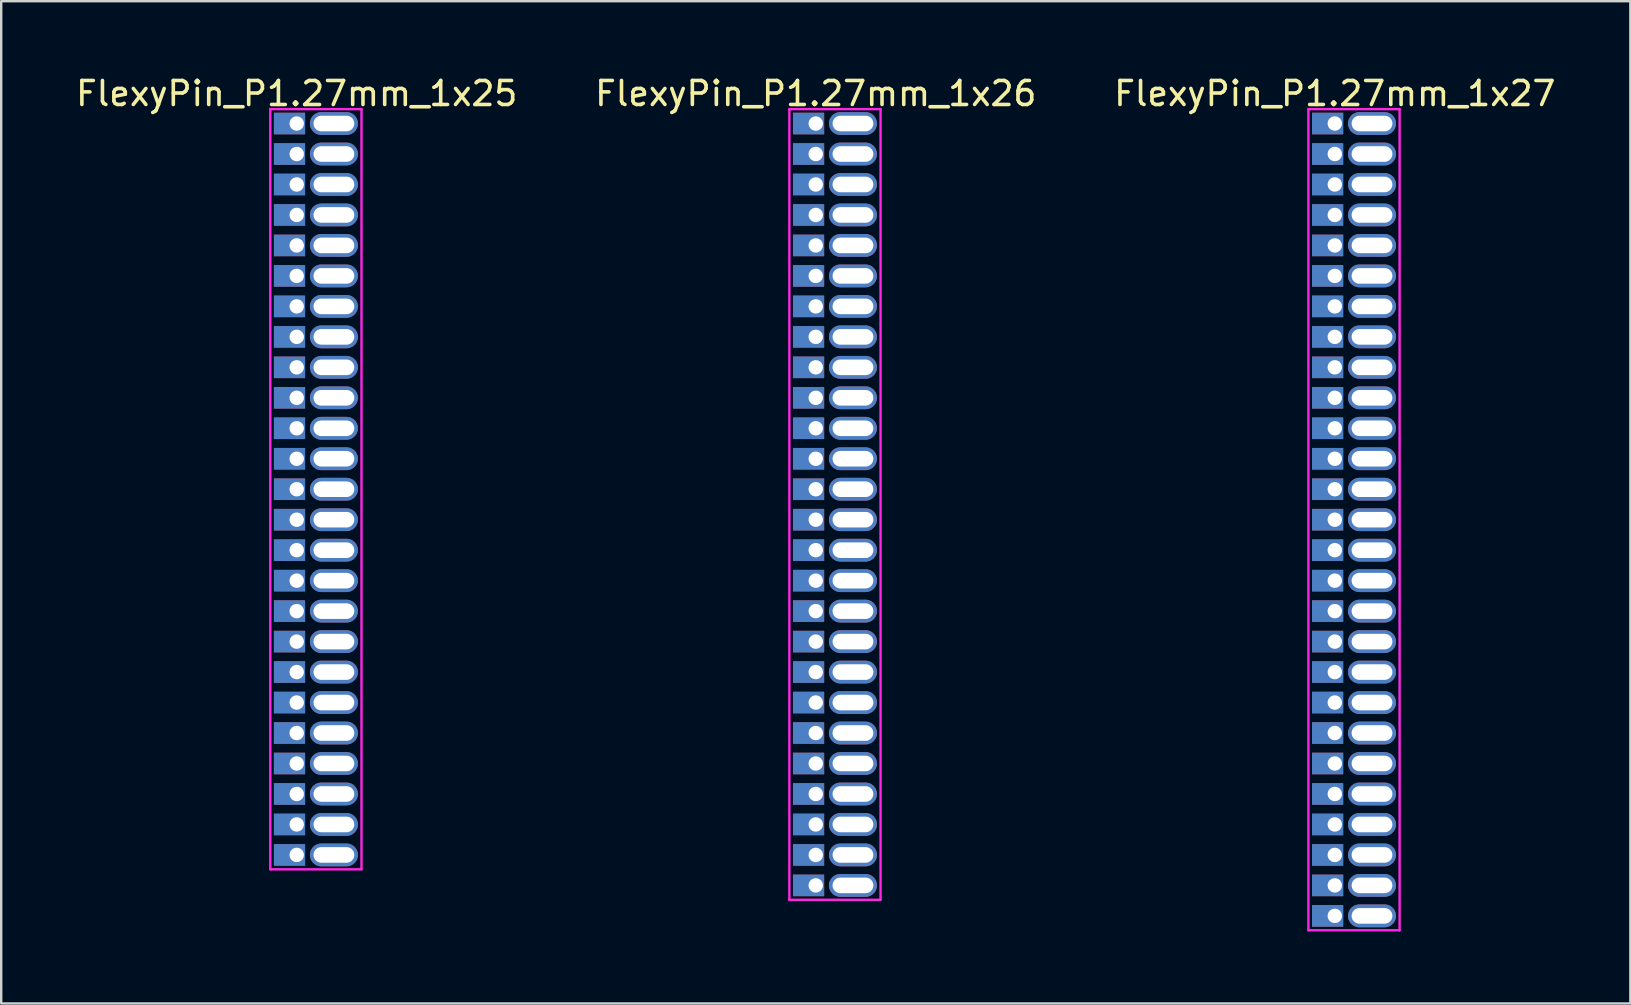
<source format=kicad_pcb>
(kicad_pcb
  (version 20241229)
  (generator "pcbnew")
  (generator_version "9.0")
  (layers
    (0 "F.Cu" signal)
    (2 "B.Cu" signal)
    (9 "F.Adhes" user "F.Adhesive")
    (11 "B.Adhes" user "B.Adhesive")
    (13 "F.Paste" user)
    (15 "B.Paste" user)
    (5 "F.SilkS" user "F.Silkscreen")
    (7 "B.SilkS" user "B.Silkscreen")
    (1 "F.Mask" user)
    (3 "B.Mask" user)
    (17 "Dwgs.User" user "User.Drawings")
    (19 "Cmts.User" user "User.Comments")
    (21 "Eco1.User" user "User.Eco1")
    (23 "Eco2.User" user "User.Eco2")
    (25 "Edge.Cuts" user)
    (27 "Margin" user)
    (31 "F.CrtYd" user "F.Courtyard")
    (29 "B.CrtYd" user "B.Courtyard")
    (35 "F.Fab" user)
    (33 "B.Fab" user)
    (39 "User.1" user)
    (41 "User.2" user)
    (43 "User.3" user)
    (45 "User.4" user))
  (footprint "FlexyPin_P1.27mm_1x26"
    (layer "F.Cu")
    (at 30.946 2.098)
    (property "Reference" "FlexyPin_P1.27mm_1x26" (at 0 -1.25 0) (layer "F.SilkS") (effects (font (size 1 1) (thickness 0.15))))
    (attr through_hole)
    (fp_line (start -1.1 -0.6) (end 2.7 -0.6) (stroke (width 0.1) (type solid)) (layer "F.CrtYd"))
    (fp_line (start -1.1 32.35) (end -1.1 -0.6) (stroke (width 0.1) (type solid)) (layer "F.CrtYd"))
    (fp_line (start 2.7 -0.6) (end 2.7 32.35) (stroke (width 0.1) (type solid)) (layer "F.CrtYd"))
    (fp_line (start 2.7 32.35) (end -1.1 32.35) (stroke (width 0.1) (type solid)) (layer "F.CrtYd"))
    (pad "" thru_hole oval (at 1.55 0) (size 2 0.95) (drill oval 1.7 0.65) (layers "*.Cu" "*.Mask"))
    (pad "" thru_hole oval (at 1.55 1.27) (size 2 0.95) (drill oval 1.7 0.65) (layers "*.Cu" "*.Mask"))
    (pad "" thru_hole oval (at 1.55 2.54) (size 2 0.95) (drill oval 1.7 0.65) (layers "*.Cu" "*.Mask"))
    (pad "" thru_hole oval (at 1.55 3.81) (size 2 0.95) (drill oval 1.7 0.65) (layers "*.Cu" "*.Mask"))
    (pad "" thru_hole oval (at 1.55 5.08) (size 2 0.95) (drill oval 1.7 0.65) (layers "*.Cu" "*.Mask"))
    (pad "" thru_hole oval (at 1.55 6.35) (size 2 0.95) (drill oval 1.7 0.65) (layers "*.Cu" "*.Mask"))
    (pad "" thru_hole oval (at 1.55 7.62) (size 2 0.95) (drill oval 1.7 0.65) (layers "*.Cu" "*.Mask"))
    (pad "" thru_hole oval (at 1.55 8.89) (size 2 0.95) (drill oval 1.7 0.65) (layers "*.Cu" "*.Mask"))
    (pad "" thru_hole oval (at 1.55 10.16) (size 2 0.95) (drill oval 1.7 0.65) (layers "*.Cu" "*.Mask"))
    (pad "" thru_hole oval (at 1.55 11.43) (size 2 0.95) (drill oval 1.7 0.65) (layers "*.Cu" "*.Mask"))
    (pad "" thru_hole oval (at 1.55 12.7) (size 2 0.95) (drill oval 1.7 0.65) (layers "*.Cu" "*.Mask"))
    (pad "" thru_hole oval (at 1.55 13.97) (size 2 0.95) (drill oval 1.7 0.65) (layers "*.Cu" "*.Mask"))
    (pad "" thru_hole oval (at 1.55 15.24) (size 2 0.95) (drill oval 1.7 0.65) (layers "*.Cu" "*.Mask"))
    (pad "" thru_hole oval (at 1.55 16.51) (size 2 0.95) (drill oval 1.7 0.65) (layers "*.Cu" "*.Mask"))
    (pad "" thru_hole oval (at 1.55 17.78) (size 2 0.95) (drill oval 1.7 0.65) (layers "*.Cu" "*.Mask"))
    (pad "" thru_hole oval (at 1.55 19.05) (size 2 0.95) (drill oval 1.7 0.65) (layers "*.Cu" "*.Mask"))
    (pad "" thru_hole oval (at 1.55 20.32) (size 2 0.95) (drill oval 1.7 0.65) (layers "*.Cu" "*.Mask"))
    (pad "" thru_hole oval (at 1.55 21.59) (size 2 0.95) (drill oval 1.7 0.65) (layers "*.Cu" "*.Mask"))
    (pad "" thru_hole oval (at 1.55 22.86) (size 2 0.95) (drill oval 1.7 0.65) (layers "*.Cu" "*.Mask"))
    (pad "" thru_hole oval (at 1.55 24.13) (size 2 0.95) (drill oval 1.7 0.65) (layers "*.Cu" "*.Mask"))
    (pad "" thru_hole oval (at 1.55 25.4) (size 2 0.95) (drill oval 1.7 0.65) (layers "*.Cu" "*.Mask"))
    (pad "" thru_hole oval (at 1.55 26.67) (size 2 0.95) (drill oval 1.7 0.65) (layers "*.Cu" "*.Mask"))
    (pad "" thru_hole oval (at 1.55 27.94) (size 2 0.95) (drill oval 1.7 0.65) (layers "*.Cu" "*.Mask"))
    (pad "" thru_hole oval (at 1.55 29.21) (size 2 0.95) (drill oval 1.7 0.65) (layers "*.Cu" "*.Mask"))
    (pad "" thru_hole oval (at 1.55 30.48) (size 2 0.95) (drill oval 1.7 0.65) (layers "*.Cu" "*.Mask"))
    (pad "" thru_hole oval (at 1.55 31.75) (size 2 0.95) (drill oval 1.7 0.65) (layers "*.Cu" "*.Mask"))
    (pad "1" thru_hole rect (at 0 0) (size 1.3 0.9) (drill 0.6 (offset -0.3 0)) (layers "*.Cu" "*.Mask"))
    (pad "2" thru_hole rect (at 0 1.27) (size 1.3 0.9) (drill 0.6 (offset -0.3 0)) (layers "*.Cu" "*.Mask"))
    (pad "3" thru_hole rect (at 0 2.54) (size 1.3 0.9) (drill 0.6 (offset -0.3 0)) (layers "*.Cu" "*.Mask"))
    (pad "4" thru_hole rect (at 0 3.81) (size 1.3 0.9) (drill 0.6 (offset -0.3 0)) (layers "*.Cu" "*.Mask"))
    (pad "5" thru_hole rect (at 0 5.08) (size 1.3 0.9) (drill 0.6 (offset -0.3 0)) (layers "*.Cu" "*.Mask"))
    (pad "6" thru_hole rect (at 0 6.35) (size 1.3 0.9) (drill 0.6 (offset -0.3 0)) (layers "*.Cu" "*.Mask"))
    (pad "7" thru_hole rect (at 0 7.62) (size 1.3 0.9) (drill 0.6 (offset -0.3 0)) (layers "*.Cu" "*.Mask"))
    (pad "8" thru_hole rect (at 0 8.89) (size 1.3 0.9) (drill 0.6 (offset -0.3 0)) (layers "*.Cu" "*.Mask"))
    (pad "9" thru_hole rect (at 0 10.16) (size 1.3 0.9) (drill 0.6 (offset -0.3 0)) (layers "*.Cu" "*.Mask"))
    (pad "10" thru_hole rect (at 0 11.43) (size 1.3 0.9) (drill 0.6 (offset -0.3 0)) (layers "*.Cu" "*.Mask"))
    (pad "11" thru_hole rect (at 0 12.7) (size 1.3 0.9) (drill 0.6 (offset -0.3 0)) (layers "*.Cu" "*.Mask"))
    (pad "12" thru_hole rect (at 0 13.97) (size 1.3 0.9) (drill 0.6 (offset -0.3 0)) (layers "*.Cu" "*.Mask"))
    (pad "13" thru_hole rect (at 0 15.24) (size 1.3 0.9) (drill 0.6 (offset -0.3 0)) (layers "*.Cu" "*.Mask"))
    (pad "14" thru_hole rect (at 0 16.51) (size 1.3 0.9) (drill 0.6 (offset -0.3 0)) (layers "*.Cu" "*.Mask"))
    (pad "15" thru_hole rect (at 0 17.78) (size 1.3 0.9) (drill 0.6 (offset -0.3 0)) (layers "*.Cu" "*.Mask"))
    (pad "16" thru_hole rect (at 0 19.05) (size 1.3 0.9) (drill 0.6 (offset -0.3 0)) (layers "*.Cu" "*.Mask"))
    (pad "17" thru_hole rect (at 0 20.32) (size 1.3 0.9) (drill 0.6 (offset -0.3 0)) (layers "*.Cu" "*.Mask"))
    (pad "18" thru_hole rect (at 0 21.59) (size 1.3 0.9) (drill 0.6 (offset -0.3 0)) (layers "*.Cu" "*.Mask"))
    (pad "19" thru_hole rect (at 0 22.86) (size 1.3 0.9) (drill 0.6 (offset -0.3 0)) (layers "*.Cu" "*.Mask"))
    (pad "20" thru_hole rect (at 0 24.13) (size 1.3 0.9) (drill 0.6 (offset -0.3 0)) (layers "*.Cu" "*.Mask"))
    (pad "21" thru_hole rect (at 0 25.4) (size 1.3 0.9) (drill 0.6 (offset -0.3 0)) (layers "*.Cu" "*.Mask"))
    (pad "22" thru_hole rect (at 0 26.67) (size 1.3 0.9) (drill 0.6 (offset -0.3 0)) (layers "*.Cu" "*.Mask"))
    (pad "23" thru_hole rect (at 0 27.94) (size 1.3 0.9) (drill 0.6 (offset -0.3 0)) (layers "*.Cu" "*.Mask"))
    (pad "24" thru_hole rect (at 0 29.21) (size 1.3 0.9) (drill 0.6 (offset -0.3 0)) (layers "*.Cu" "*.Mask"))
    (pad "25" thru_hole rect (at 0 30.48) (size 1.3 0.9) (drill 0.6 (offset -0.3 0)) (layers "*.Cu" "*.Mask"))
    (pad "26" thru_hole rect (at 0 31.75) (size 1.3 0.9) (drill 0.6 (offset -0.3 0)) (layers "*.Cu" "*.Mask")))
  (footprint "FlexyPin_P1.27mm_1x25"
    (layer "F.Cu")
    (at 9.315 2.098)
    (property "Reference" "FlexyPin_P1.27mm_1x25" (at 0 -1.25 0) (layer "F.SilkS") (effects (font (size 1 1) (thickness 0.15))))
    (attr through_hole)
    (fp_line (start -1.1 -0.6) (end 2.7 -0.6) (stroke (width 0.1) (type solid)) (layer "F.CrtYd"))
    (fp_line (start -1.1 31.08) (end -1.1 -0.6) (stroke (width 0.1) (type solid)) (layer "F.CrtYd"))
    (fp_line (start 2.7 -0.6) (end 2.7 31.08) (stroke (width 0.1) (type solid)) (layer "F.CrtYd"))
    (fp_line (start 2.7 31.08) (end -1.1 31.08) (stroke (width 0.1) (type solid)) (layer "F.CrtYd"))
    (pad "" thru_hole oval (at 1.55 0) (size 2 0.95) (drill oval 1.7 0.65) (layers "*.Cu" "*.Mask"))
    (pad "" thru_hole oval (at 1.55 1.27) (size 2 0.95) (drill oval 1.7 0.65) (layers "*.Cu" "*.Mask"))
    (pad "" thru_hole oval (at 1.55 2.54) (size 2 0.95) (drill oval 1.7 0.65) (layers "*.Cu" "*.Mask"))
    (pad "" thru_hole oval (at 1.55 3.81) (size 2 0.95) (drill oval 1.7 0.65) (layers "*.Cu" "*.Mask"))
    (pad "" thru_hole oval (at 1.55 5.08) (size 2 0.95) (drill oval 1.7 0.65) (layers "*.Cu" "*.Mask"))
    (pad "" thru_hole oval (at 1.55 6.35) (size 2 0.95) (drill oval 1.7 0.65) (layers "*.Cu" "*.Mask"))
    (pad "" thru_hole oval (at 1.55 7.62) (size 2 0.95) (drill oval 1.7 0.65) (layers "*.Cu" "*.Mask"))
    (pad "" thru_hole oval (at 1.55 8.89) (size 2 0.95) (drill oval 1.7 0.65) (layers "*.Cu" "*.Mask"))
    (pad "" thru_hole oval (at 1.55 10.16) (size 2 0.95) (drill oval 1.7 0.65) (layers "*.Cu" "*.Mask"))
    (pad "" thru_hole oval (at 1.55 11.43) (size 2 0.95) (drill oval 1.7 0.65) (layers "*.Cu" "*.Mask"))
    (pad "" thru_hole oval (at 1.55 12.7) (size 2 0.95) (drill oval 1.7 0.65) (layers "*.Cu" "*.Mask"))
    (pad "" thru_hole oval (at 1.55 13.97) (size 2 0.95) (drill oval 1.7 0.65) (layers "*.Cu" "*.Mask"))
    (pad "" thru_hole oval (at 1.55 15.24) (size 2 0.95) (drill oval 1.7 0.65) (layers "*.Cu" "*.Mask"))
    (pad "" thru_hole oval (at 1.55 16.51) (size 2 0.95) (drill oval 1.7 0.65) (layers "*.Cu" "*.Mask"))
    (pad "" thru_hole oval (at 1.55 17.78) (size 2 0.95) (drill oval 1.7 0.65) (layers "*.Cu" "*.Mask"))
    (pad "" thru_hole oval (at 1.55 19.05) (size 2 0.95) (drill oval 1.7 0.65) (layers "*.Cu" "*.Mask"))
    (pad "" thru_hole oval (at 1.55 20.32) (size 2 0.95) (drill oval 1.7 0.65) (layers "*.Cu" "*.Mask"))
    (pad "" thru_hole oval (at 1.55 21.59) (size 2 0.95) (drill oval 1.7 0.65) (layers "*.Cu" "*.Mask"))
    (pad "" thru_hole oval (at 1.55 22.86) (size 2 0.95) (drill oval 1.7 0.65) (layers "*.Cu" "*.Mask"))
    (pad "" thru_hole oval (at 1.55 24.13) (size 2 0.95) (drill oval 1.7 0.65) (layers "*.Cu" "*.Mask"))
    (pad "" thru_hole oval (at 1.55 25.4) (size 2 0.95) (drill oval 1.7 0.65) (layers "*.Cu" "*.Mask"))
    (pad "" thru_hole oval (at 1.55 26.67) (size 2 0.95) (drill oval 1.7 0.65) (layers "*.Cu" "*.Mask"))
    (pad "" thru_hole oval (at 1.55 27.94) (size 2 0.95) (drill oval 1.7 0.65) (layers "*.Cu" "*.Mask"))
    (pad "" thru_hole oval (at 1.55 29.21) (size 2 0.95) (drill oval 1.7 0.65) (layers "*.Cu" "*.Mask"))
    (pad "" thru_hole oval (at 1.55 30.48) (size 2 0.95) (drill oval 1.7 0.65) (layers "*.Cu" "*.Mask"))
    (pad "1" thru_hole rect (at 0 0) (size 1.3 0.9) (drill 0.6 (offset -0.3 0)) (layers "*.Cu" "*.Mask"))
    (pad "2" thru_hole rect (at 0 1.27) (size 1.3 0.9) (drill 0.6 (offset -0.3 0)) (layers "*.Cu" "*.Mask"))
    (pad "3" thru_hole rect (at 0 2.54) (size 1.3 0.9) (drill 0.6 (offset -0.3 0)) (layers "*.Cu" "*.Mask"))
    (pad "4" thru_hole rect (at 0 3.81) (size 1.3 0.9) (drill 0.6 (offset -0.3 0)) (layers "*.Cu" "*.Mask"))
    (pad "5" thru_hole rect (at 0 5.08) (size 1.3 0.9) (drill 0.6 (offset -0.3 0)) (layers "*.Cu" "*.Mask"))
    (pad "6" thru_hole rect (at 0 6.35) (size 1.3 0.9) (drill 0.6 (offset -0.3 0)) (layers "*.Cu" "*.Mask"))
    (pad "7" thru_hole rect (at 0 7.62) (size 1.3 0.9) (drill 0.6 (offset -0.3 0)) (layers "*.Cu" "*.Mask"))
    (pad "8" thru_hole rect (at 0 8.89) (size 1.3 0.9) (drill 0.6 (offset -0.3 0)) (layers "*.Cu" "*.Mask"))
    (pad "9" thru_hole rect (at 0 10.16) (size 1.3 0.9) (drill 0.6 (offset -0.3 0)) (layers "*.Cu" "*.Mask"))
    (pad "10" thru_hole rect (at 0 11.43) (size 1.3 0.9) (drill 0.6 (offset -0.3 0)) (layers "*.Cu" "*.Mask"))
    (pad "11" thru_hole rect (at 0 12.7) (size 1.3 0.9) (drill 0.6 (offset -0.3 0)) (layers "*.Cu" "*.Mask"))
    (pad "12" thru_hole rect (at 0 13.97) (size 1.3 0.9) (drill 0.6 (offset -0.3 0)) (layers "*.Cu" "*.Mask"))
    (pad "13" thru_hole rect (at 0 15.24) (size 1.3 0.9) (drill 0.6 (offset -0.3 0)) (layers "*.Cu" "*.Mask"))
    (pad "14" thru_hole rect (at 0 16.51) (size 1.3 0.9) (drill 0.6 (offset -0.3 0)) (layers "*.Cu" "*.Mask"))
    (pad "15" thru_hole rect (at 0 17.78) (size 1.3 0.9) (drill 0.6 (offset -0.3 0)) (layers "*.Cu" "*.Mask"))
    (pad "16" thru_hole rect (at 0 19.05) (size 1.3 0.9) (drill 0.6 (offset -0.3 0)) (layers "*.Cu" "*.Mask"))
    (pad "17" thru_hole rect (at 0 20.32) (size 1.3 0.9) (drill 0.6 (offset -0.3 0)) (layers "*.Cu" "*.Mask"))
    (pad "18" thru_hole rect (at 0 21.59) (size 1.3 0.9) (drill 0.6 (offset -0.3 0)) (layers "*.Cu" "*.Mask"))
    (pad "19" thru_hole rect (at 0 22.86) (size 1.3 0.9) (drill 0.6 (offset -0.3 0)) (layers "*.Cu" "*.Mask"))
    (pad "20" thru_hole rect (at 0 24.13) (size 1.3 0.9) (drill 0.6 (offset -0.3 0)) (layers "*.Cu" "*.Mask"))
    (pad "21" thru_hole rect (at 0 25.4) (size 1.3 0.9) (drill 0.6 (offset -0.3 0)) (layers "*.Cu" "*.Mask"))
    (pad "22" thru_hole rect (at 0 26.67) (size 1.3 0.9) (drill 0.6 (offset -0.3 0)) (layers "*.Cu" "*.Mask"))
    (pad "23" thru_hole rect (at 0 27.94) (size 1.3 0.9) (drill 0.6 (offset -0.3 0)) (layers "*.Cu" "*.Mask"))
    (pad "24" thru_hole rect (at 0 29.21) (size 1.3 0.9) (drill 0.6 (offset -0.3 0)) (layers "*.Cu" "*.Mask"))
    (pad "25" thru_hole rect (at 0 30.48) (size 1.3 0.9) (drill 0.6 (offset -0.3 0)) (layers "*.Cu" "*.Mask")))
  (footprint "FlexyPin_P1.27mm_1x27"
    (layer "F.Cu")
    (at 52.577 2.098)
    (property "Reference" "FlexyPin_P1.27mm_1x27" (at 0 -1.25 0) (layer "F.SilkS") (effects (font (size 1 1) (thickness 0.15))))
    (attr through_hole)
    (fp_line (start -1.1 -0.6) (end 2.7 -0.6) (stroke (width 0.1) (type solid)) (layer "F.CrtYd"))
    (fp_line (start -1.1 33.62) (end -1.1 -0.6) (stroke (width 0.1) (type solid)) (layer "F.CrtYd"))
    (fp_line (start 2.7 -0.6) (end 2.7 33.62) (stroke (width 0.1) (type solid)) (layer "F.CrtYd"))
    (fp_line (start 2.7 33.62) (end -1.1 33.62) (stroke (width 0.1) (type solid)) (layer "F.CrtYd"))
    (pad "" thru_hole oval (at 1.55 0) (size 2 0.95) (drill oval 1.7 0.65) (layers "*.Cu" "*.Mask"))
    (pad "" thru_hole oval (at 1.55 1.27) (size 2 0.95) (drill oval 1.7 0.65) (layers "*.Cu" "*.Mask"))
    (pad "" thru_hole oval (at 1.55 2.54) (size 2 0.95) (drill oval 1.7 0.65) (layers "*.Cu" "*.Mask"))
    (pad "" thru_hole oval (at 1.55 3.81) (size 2 0.95) (drill oval 1.7 0.65) (layers "*.Cu" "*.Mask"))
    (pad "" thru_hole oval (at 1.55 5.08) (size 2 0.95) (drill oval 1.7 0.65) (layers "*.Cu" "*.Mask"))
    (pad "" thru_hole oval (at 1.55 6.35) (size 2 0.95) (drill oval 1.7 0.65) (layers "*.Cu" "*.Mask"))
    (pad "" thru_hole oval (at 1.55 7.62) (size 2 0.95) (drill oval 1.7 0.65) (layers "*.Cu" "*.Mask"))
    (pad "" thru_hole oval (at 1.55 8.89) (size 2 0.95) (drill oval 1.7 0.65) (layers "*.Cu" "*.Mask"))
    (pad "" thru_hole oval (at 1.55 10.16) (size 2 0.95) (drill oval 1.7 0.65) (layers "*.Cu" "*.Mask"))
    (pad "" thru_hole oval (at 1.55 11.43) (size 2 0.95) (drill oval 1.7 0.65) (layers "*.Cu" "*.Mask"))
    (pad "" thru_hole oval (at 1.55 12.7) (size 2 0.95) (drill oval 1.7 0.65) (layers "*.Cu" "*.Mask"))
    (pad "" thru_hole oval (at 1.55 13.97) (size 2 0.95) (drill oval 1.7 0.65) (layers "*.Cu" "*.Mask"))
    (pad "" thru_hole oval (at 1.55 15.24) (size 2 0.95) (drill oval 1.7 0.65) (layers "*.Cu" "*.Mask"))
    (pad "" thru_hole oval (at 1.55 16.51) (size 2 0.95) (drill oval 1.7 0.65) (layers "*.Cu" "*.Mask"))
    (pad "" thru_hole oval (at 1.55 17.78) (size 2 0.95) (drill oval 1.7 0.65) (layers "*.Cu" "*.Mask"))
    (pad "" thru_hole oval (at 1.55 19.05) (size 2 0.95) (drill oval 1.7 0.65) (layers "*.Cu" "*.Mask"))
    (pad "" thru_hole oval (at 1.55 20.32) (size 2 0.95) (drill oval 1.7 0.65) (layers "*.Cu" "*.Mask"))
    (pad "" thru_hole oval (at 1.55 21.59) (size 2 0.95) (drill oval 1.7 0.65) (layers "*.Cu" "*.Mask"))
    (pad "" thru_hole oval (at 1.55 22.86) (size 2 0.95) (drill oval 1.7 0.65) (layers "*.Cu" "*.Mask"))
    (pad "" thru_hole oval (at 1.55 24.13) (size 2 0.95) (drill oval 1.7 0.65) (layers "*.Cu" "*.Mask"))
    (pad "" thru_hole oval (at 1.55 25.4) (size 2 0.95) (drill oval 1.7 0.65) (layers "*.Cu" "*.Mask"))
    (pad "" thru_hole oval (at 1.55 26.67) (size 2 0.95) (drill oval 1.7 0.65) (layers "*.Cu" "*.Mask"))
    (pad "" thru_hole oval (at 1.55 27.94) (size 2 0.95) (drill oval 1.7 0.65) (layers "*.Cu" "*.Mask"))
    (pad "" thru_hole oval (at 1.55 29.21) (size 2 0.95) (drill oval 1.7 0.65) (layers "*.Cu" "*.Mask"))
    (pad "" thru_hole oval (at 1.55 30.48) (size 2 0.95) (drill oval 1.7 0.65) (layers "*.Cu" "*.Mask"))
    (pad "" thru_hole oval (at 1.55 31.75) (size 2 0.95) (drill oval 1.7 0.65) (layers "*.Cu" "*.Mask"))
    (pad "" thru_hole oval (at 1.55 33.02) (size 2 0.95) (drill oval 1.7 0.65) (layers "*.Cu" "*.Mask"))
    (pad "1" thru_hole rect (at 0 0) (size 1.3 0.9) (drill 0.6 (offset -0.3 0)) (layers "*.Cu" "*.Mask"))
    (pad "2" thru_hole rect (at 0 1.27) (size 1.3 0.9) (drill 0.6 (offset -0.3 0)) (layers "*.Cu" "*.Mask"))
    (pad "3" thru_hole rect (at 0 2.54) (size 1.3 0.9) (drill 0.6 (offset -0.3 0)) (layers "*.Cu" "*.Mask"))
    (pad "4" thru_hole rect (at 0 3.81) (size 1.3 0.9) (drill 0.6 (offset -0.3 0)) (layers "*.Cu" "*.Mask"))
    (pad "5" thru_hole rect (at 0 5.08) (size 1.3 0.9) (drill 0.6 (offset -0.3 0)) (layers "*.Cu" "*.Mask"))
    (pad "6" thru_hole rect (at 0 6.35) (size 1.3 0.9) (drill 0.6 (offset -0.3 0)) (layers "*.Cu" "*.Mask"))
    (pad "7" thru_hole rect (at 0 7.62) (size 1.3 0.9) (drill 0.6 (offset -0.3 0)) (layers "*.Cu" "*.Mask"))
    (pad "8" thru_hole rect (at 0 8.89) (size 1.3 0.9) (drill 0.6 (offset -0.3 0)) (layers "*.Cu" "*.Mask"))
    (pad "9" thru_hole rect (at 0 10.16) (size 1.3 0.9) (drill 0.6 (offset -0.3 0)) (layers "*.Cu" "*.Mask"))
    (pad "10" thru_hole rect (at 0 11.43) (size 1.3 0.9) (drill 0.6 (offset -0.3 0)) (layers "*.Cu" "*.Mask"))
    (pad "11" thru_hole rect (at 0 12.7) (size 1.3 0.9) (drill 0.6 (offset -0.3 0)) (layers "*.Cu" "*.Mask"))
    (pad "12" thru_hole rect (at 0 13.97) (size 1.3 0.9) (drill 0.6 (offset -0.3 0)) (layers "*.Cu" "*.Mask"))
    (pad "13" thru_hole rect (at 0 15.24) (size 1.3 0.9) (drill 0.6 (offset -0.3 0)) (layers "*.Cu" "*.Mask"))
    (pad "14" thru_hole rect (at 0 16.51) (size 1.3 0.9) (drill 0.6 (offset -0.3 0)) (layers "*.Cu" "*.Mask"))
    (pad "15" thru_hole rect (at 0 17.78) (size 1.3 0.9) (drill 0.6 (offset -0.3 0)) (layers "*.Cu" "*.Mask"))
    (pad "16" thru_hole rect (at 0 19.05) (size 1.3 0.9) (drill 0.6 (offset -0.3 0)) (layers "*.Cu" "*.Mask"))
    (pad "17" thru_hole rect (at 0 20.32) (size 1.3 0.9) (drill 0.6 (offset -0.3 0)) (layers "*.Cu" "*.Mask"))
    (pad "18" thru_hole rect (at 0 21.59) (size 1.3 0.9) (drill 0.6 (offset -0.3 0)) (layers "*.Cu" "*.Mask"))
    (pad "19" thru_hole rect (at 0 22.86) (size 1.3 0.9) (drill 0.6 (offset -0.3 0)) (layers "*.Cu" "*.Mask"))
    (pad "20" thru_hole rect (at 0 24.13) (size 1.3 0.9) (drill 0.6 (offset -0.3 0)) (layers "*.Cu" "*.Mask"))
    (pad "21" thru_hole rect (at 0 25.4) (size 1.3 0.9) (drill 0.6 (offset -0.3 0)) (layers "*.Cu" "*.Mask"))
    (pad "22" thru_hole rect (at 0 26.67) (size 1.3 0.9) (drill 0.6 (offset -0.3 0)) (layers "*.Cu" "*.Mask"))
    (pad "23" thru_hole rect (at 0 27.94) (size 1.3 0.9) (drill 0.6 (offset -0.3 0)) (layers "*.Cu" "*.Mask"))
    (pad "24" thru_hole rect (at 0 29.21) (size 1.3 0.9) (drill 0.6 (offset -0.3 0)) (layers "*.Cu" "*.Mask"))
    (pad "25" thru_hole rect (at 0 30.48) (size 1.3 0.9) (drill 0.6 (offset -0.3 0)) (layers "*.Cu" "*.Mask"))
    (pad "26" thru_hole rect (at 0 31.75) (size 1.3 0.9) (drill 0.6 (offset -0.3 0)) (layers "*.Cu" "*.Mask"))
    (pad "27" thru_hole rect (at 0 33.02) (size 1.3 0.9) (drill 0.6 (offset -0.3 0)) (layers "*.Cu" "*.Mask")))
  (gr_rect
    (start -3 -3)
    (end 64.893 38.768)
    (stroke (width 0.1) (type default))
    (fill no)
    (layer "Edge.Cuts")))
</source>
